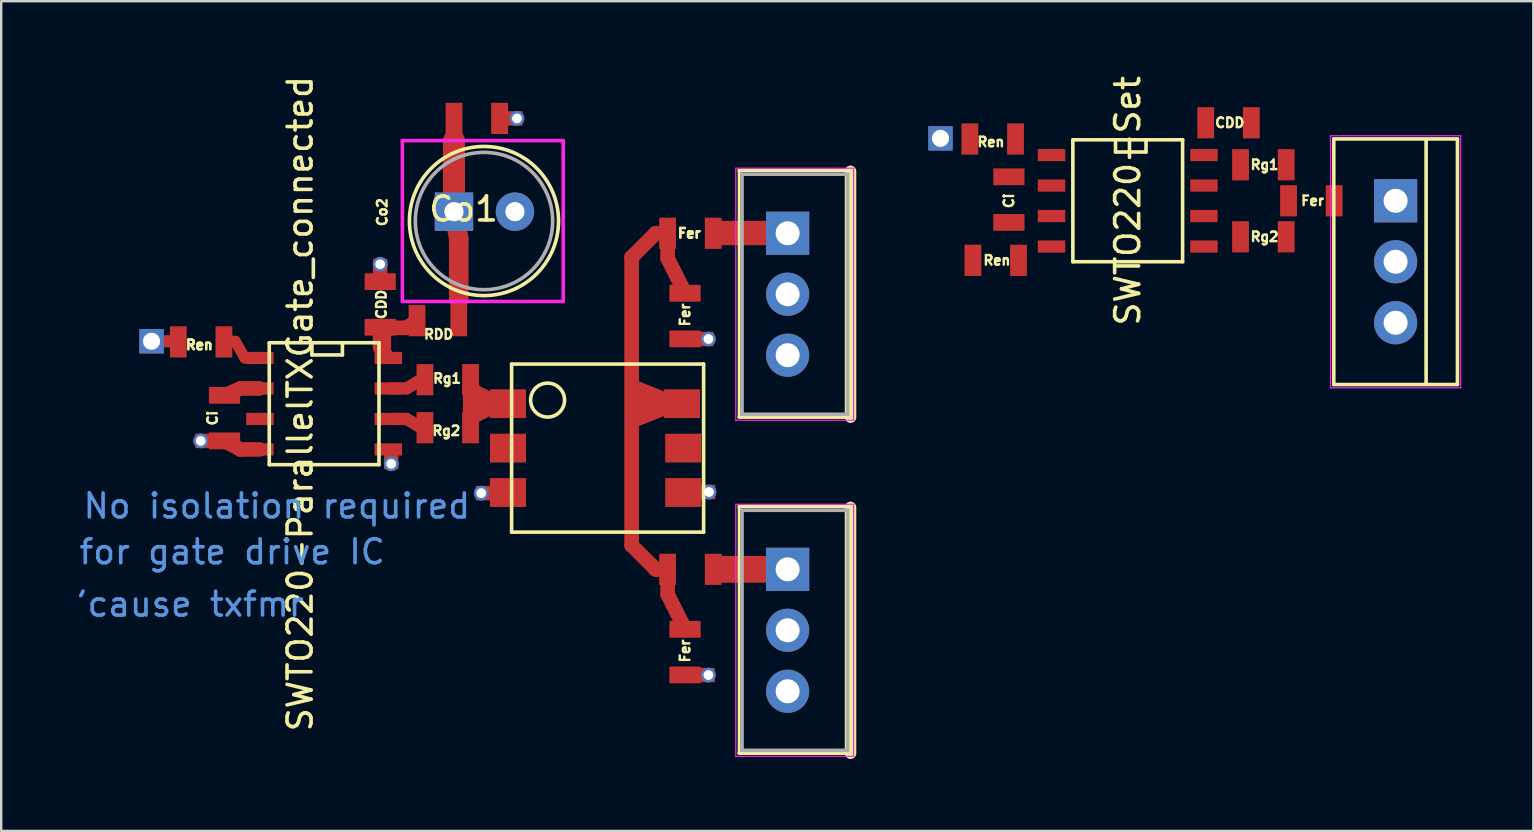
<source format=kicad_pcb>
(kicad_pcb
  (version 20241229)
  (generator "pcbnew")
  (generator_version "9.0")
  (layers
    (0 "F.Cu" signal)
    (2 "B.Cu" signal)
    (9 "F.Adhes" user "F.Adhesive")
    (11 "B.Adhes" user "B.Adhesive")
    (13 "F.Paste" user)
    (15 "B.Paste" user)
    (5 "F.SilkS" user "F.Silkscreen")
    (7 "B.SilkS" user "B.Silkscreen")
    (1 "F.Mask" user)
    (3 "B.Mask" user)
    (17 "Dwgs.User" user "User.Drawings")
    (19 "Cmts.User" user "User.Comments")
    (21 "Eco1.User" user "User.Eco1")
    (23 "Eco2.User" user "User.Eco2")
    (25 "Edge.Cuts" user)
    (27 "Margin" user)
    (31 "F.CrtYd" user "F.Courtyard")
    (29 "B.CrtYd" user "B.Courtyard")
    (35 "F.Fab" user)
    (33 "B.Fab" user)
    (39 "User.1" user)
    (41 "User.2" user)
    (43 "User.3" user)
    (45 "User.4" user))
  (footprint "SWTO220-Set"
    (layer "F.Cu")
    (at 55.091 7.855)
    (property "Reference" "SWTO220-Set" (at -11.16 -2.54 270) (layer "F.SilkS") (effects (font (size 1 1) (thickness 0.15))))
    (attr smd)
    (fp_line (start -13.446 -5.08) (end -8.874 -5.08) (stroke (width 0.15) (type solid)) (layer "F.SilkS"))
    (fp_line (start -13.446 0) (end -13.446 -5.08) (stroke (width 0.15) (type solid)) (layer "F.SilkS"))
    (fp_line (start -11.668 -4.572) (end -11.668 -5.08) (stroke (width 0.15) (type solid)) (layer "F.SilkS"))
    (fp_line (start -10.398 -5.08) (end -10.398 -4.572) (stroke (width 0.15) (type solid)) (layer "F.SilkS"))
    (fp_line (start -10.398 -4.572) (end -11.668 -4.572) (stroke (width 0.15) (type solid)) (layer "F.SilkS"))
    (fp_line (start -8.874 -5.08) (end -8.874 0) (stroke (width 0.15) (type solid)) (layer "F.SilkS"))
    (fp_line (start -8.874 0) (end -13.446 0) (stroke (width 0.15) (type solid)) (layer "F.SilkS"))
    (fp_line (start -2.576 -5.116) (end 2.576 -5.116) (stroke (width 0.15) (type solid)) (layer "F.SilkS"))
    (fp_line (start -2.576 5.115) (end -2.576 -5.116) (stroke (width 0.15) (type solid)) (layer "F.SilkS"))
    (fp_line (start 1.27 -5.08) (end 1.27 5.08) (stroke (width 0.15) (type solid)) (layer "F.SilkS"))
    (fp_line (start 2.576 -5.116) (end 2.576 5.115) (stroke (width 0.15) (type solid)) (layer "F.SilkS"))
    (fp_line (start 2.576 5.115) (end -2.576 5.115) (stroke (width 0.15) (type solid)) (layer "F.SilkS"))
    (fp_line (start -2.71 -5.25) (end -2.71 5.25) (stroke (width 0.05) (type solid)) (layer "F.CrtYd"))
    (fp_line (start -2.71 5.25) (end 2.71 5.25) (stroke (width 0.05) (type solid)) (layer "F.CrtYd"))
    (fp_line (start 2.71 -5.25) (end -2.71 -5.25) (stroke (width 0.05) (type solid)) (layer "F.CrtYd"))
    (fp_line (start 2.71 5.25) (end 2.71 -5.25) (stroke (width 0.05) (type solid)) (layer "F.CrtYd"))
    (fp_text user "CDD" (at -6.91 -5.79 0) (layer "F.SilkS") (effects (font (size 0.4 0.4) (thickness 0.1))))
    (fp_text user "Rg1" (at -5.46 -4.04 0) (layer "F.SilkS") (effects (font (size 0.4 0.4) (thickness 0.1))))
    (fp_text user "Ren" (at -16.61 -0.06 0) (layer "F.SilkS") (effects (font (size 0.4 0.4) (thickness 0.1))))
    (fp_text user "Ren" (at -16.86 -4.99 0) (layer "F.SilkS") (effects (font (size 0.4 0.4) (thickness 0.1))))
    (fp_text user "Fer" (at -3.46 -2.54 0) (layer "F.SilkS") (effects (font (size 0.4 0.4) (thickness 0.1))))
    (fp_text user "Ci" (at -16.11 -2.54 90) (layer "F.SilkS") (effects (font (size 0.4 0.4) (thickness 0.1))))
    (fp_text user "Rg2" (at -5.46 -1.04 0) (layer "F.SilkS") (effects (font (size 0.4 0.4) (thickness 0.1))))
    (pad "D" thru_hole circle (at 0 0 180) (size 1.8 1.8) (drill 1) (layers "*.Cu" "*.Mask"))
    (pad "EN" smd rect (at -15.71 -0.06) (size 0.7 1.3) (layers "F.Cu" "F.Mask" "F.Paste"))
    (pad "EN" smd rect (at -14.335 -0.635 270) (size 0.508 1.143) (layers "F.Cu" "F.Mask" "F.Paste"))
    (pad "G" smd rect (at -2.56 -2.54) (size 0.7 1.3) (layers "F.Cu" "F.Mask" "F.Paste"))
    (pad "G" thru_hole rect (at 0 -2.54 180) (size 1.8 1.8) (drill 1) (layers "*.Cu" "*.Mask"))
    (pad "GNDi" smd rect (at -16.11 -1.64 270) (size 0.7 1.3) (layers "F.Cu" "F.Mask" "F.Paste"))
    (pad "GNDi" smd rect (at -14.335 -1.905 270) (size 0.508 1.143) (layers "F.Cu" "F.Mask" "F.Paste"))
    (pad "S" smd rect (at -7.985 -0.635 270) (size 0.508 1.143) (layers "F.Cu" "F.Mask" "F.Paste"))
    (pad "S" smd rect (at -6.01 -5.79) (size 0.7 1.3) (layers "F.Cu" "F.Mask" "F.Paste"))
    (pad "S" thru_hole circle (at 0 2.54 180) (size 1.8 1.8) (drill 1) (layers "*.Cu" "*.Mask"))
    (pad "VDD" smd rect (at -7.985 -4.445 270) (size 0.508 1.143) (layers "F.Cu" "F.Mask" "F.Paste"))
    (pad "VDD" smd rect (at -7.91 -5.79) (size 0.7 1.3) (layers "F.Cu" "F.Mask" "F.Paste"))
    (pad "VDDi" smd rect (at -17.61 -0.06) (size 0.7 1.3) (layers "F.Cu" "F.Mask" "F.Paste"))
    (pad "VDDi" smd rect (at -16.11 -3.54 270) (size 0.7 1.3) (layers "F.Cu" "F.Mask" "F.Paste"))
    (pad "VDDi" smd rect (at -14.335 -3.175 270) (size 0.508 1.143) (layers "F.Cu" "F.Mask" "F.Paste"))
    (pad "VI" smd rect (at -15.835 -5.115) (size 0.7 1.3) (layers "F.Cu" "F.Mask" "F.Paste"))
    (pad "VI" smd rect (at -14.335 -4.445 270) (size 0.508 1.143) (layers "F.Cu" "F.Mask" "F.Paste"))
    (pad "Vg" smd rect (at -4.56 -4.04) (size 0.7 1.3) (layers "F.Cu" "F.Mask" "F.Paste"))
    (pad "Vg" smd rect (at -4.56 -1.04) (size 0.7 1.3) (layers "F.Cu" "F.Mask" "F.Paste"))
    (pad "Vg" smd rect (at -4.46 -2.54) (size 0.7 1.3) (layers "F.Cu" "F.Mask" "F.Paste"))
    (pad "Vg+" smd rect (at -7.985 -3.175 270) (size 0.508 1.143) (layers "F.Cu" "F.Mask" "F.Paste"))
    (pad "Vg+" smd rect (at -6.46 -4.04) (size 0.7 1.3) (layers "F.Cu" "F.Mask" "F.Paste"))
    (pad "Vg-" smd rect (at -7.985 -1.905 270) (size 0.508 1.143) (layers "F.Cu" "F.Mask" "F.Paste"))
    (pad "Vg-" smd rect (at -6.46 -1.04) (size 0.7 1.3) (layers "F.Cu" "F.Mask" "F.Paste"))
    (pad "Vin" thru_hole rect (at -18.96 -5.14 270) (size 1.016 1.016) (drill 0.711) (layers "*.Cu" "*.Mask"))
    (pad "Vin" smd rect (at -17.735 -5.115) (size 0.7 1.3) (layers "F.Cu" "F.Mask" "F.Paste")))
  (footprint "SWTO220-ParallelTXGate_connected"
    (layer "F.Cu")
    (at 29.763 16.208)
    (property "Reference" "SWTO220-ParallelTXGate_connected" (at -20.31 -2.44 90) (layer "F.SilkS") (effects (font (size 1 1) (thickness 0.15))))
    (attr smd)
    (fp_line (start -26.51 -5.04) (end -25.41 -5.04) (stroke (width 0.508) (type solid)) (layer "F.Cu"))
    (fp_line (start -23.51 -5.04) (end -23.01 -5.04) (stroke (width 0.457) (type solid)) (layer "F.Cu"))
    (fp_line (start -23.01 -5.04) (end -22.61 -4.34) (stroke (width 0.457) (type solid)) (layer "F.Cu"))
    (fp_line (start -22.8 -3.075) (end -23.46 -2.79) (stroke (width 0.61) (type solid)) (layer "F.Cu"))
    (fp_line (start -22.8 -0.535) (end -23.46 -0.89) (stroke (width 0.61) (type solid)) (layer "F.Cu"))
    (fp_line (start -22.61 -4.34) (end -22.01 -4.34) (stroke (width 0.457) (type solid)) (layer "F.Cu"))
    (fp_line (start -22 -3.075) (end -22.8 -3.075) (stroke (width 0.61) (type solid)) (layer "F.Cu"))
    (fp_line (start -22 -0.535) (end -22.8 -0.535) (stroke (width 0.61) (type solid)) (layer "F.Cu"))
    (fp_line (start -17 -5.6) (end -15.9 -5.6) (stroke (width 0.61) (type solid)) (layer "F.Cu"))
    (fp_line (start -16.9 -5.6) (end -16.9 -4.8) (stroke (width 0.762) (type solid)) (layer "F.Cu"))
    (fp_line (start -16.9 -4.8) (end -16.6 -4.35) (stroke (width 0.508) (type solid)) (layer "F.Cu"))
    (fp_line (start -16.51 -3.075) (end -15.875 -3.075) (stroke (width 0.508) (type solid)) (layer "F.Cu"))
    (fp_line (start -16.51 -1.805) (end -15.875 -1.805) (stroke (width 0.508) (type solid)) (layer "F.Cu"))
    (fp_line (start -15.9 -5.6) (end -15.4 -5.9) (stroke (width 0.61) (type solid)) (layer "F.Cu"))
    (fp_line (start -15.875 -3.075) (end -15.24 -3.456) (stroke (width 0.508) (type solid)) (layer "F.Cu"))
    (fp_line (start -15.875 -1.805) (end -15.24 -1.424) (stroke (width 0.508) (type solid)) (layer "F.Cu"))
    (fp_line (start -13.9 -13.4) (end -13.9 -14.3) (stroke (width 0.61) (type solid)) (layer "F.Cu"))
    (fp_line (start -13.9 -10.4) (end -13.9 -13.4) (stroke (width 0.914) (type solid)) (layer "F.Cu"))
    (fp_line (start -13.9 -10.4) (end -13.7 -9.3) (stroke (width 0.813) (type solid)) (layer "F.Cu"))
    (fp_line (start -13.7 -9.3) (end -13.7 -6.8) (stroke (width 0.813) (type solid)) (layer "F.Cu"))
    (fp_line (start -13.7 -6.8) (end -13.7 -5.9) (stroke (width 0.61) (type solid)) (layer "F.Cu"))
    (fp_line (start -6.5 -8.54) (end -6.5 3.46) (stroke (width 0.61) (type solid)) (layer "F.Cu"))
    (fp_line (start -6.5 3.46) (end -5.5 4.46) (stroke (width 0.61) (type solid)) (layer "F.Cu"))
    (fp_line (start -5.5 -9.54) (end -6.5 -8.54) (stroke (width 0.61) (type solid)) (layer "F.Cu"))
    (fp_line (start -5 -9.54) (end -5.5 -9.54) (stroke (width 0.61) (type solid)) (layer "F.Cu"))
    (fp_line (start -5 -9.5) (end -5 -8.5) (stroke (width 0.61) (type solid)) (layer "F.Cu"))
    (fp_line (start -5 -8.5) (end -4.25 -7) (stroke (width 0.61) (type solid)) (layer "F.Cu"))
    (fp_line (start -5 4.46) (end -5.5 4.46) (stroke (width 0.61) (type solid)) (layer "F.Cu"))
    (fp_line (start -5 4.46) (end -5.5 4.46) (stroke (width 0.61) (type solid)) (layer "F.Cu"))
    (fp_line (start -5 4.5) (end -5 5.5) (stroke (width 0.61) (type solid)) (layer "F.Cu"))
    (fp_line (start -5 5.5) (end -4.25 7) (stroke (width 0.61) (type solid)) (layer "F.Cu"))
    (fp_line (start 0 4.46) (end -2.83 4.46) (stroke (width 1.118) (type solid)) (layer "F.Cu"))
    (fp_line (start 0.05 -9.55) (end -2.85 -9.55) (stroke (width 1.016) (type solid)) (layer "F.Cu"))
    (fp_poly (pts (xy -11.475 -2.44) (xy -13.475 -3.44) (xy -13.475 -1.44)) (stroke (width 0.1) (type solid)) (fill yes) (layer "F.Cu"))
    (fp_poly (pts (xy -4.5 -2.44) (xy -6.5 -3.44) (xy -6.5 -1.44) (xy -4 -2.44) (xy -6.5 -3.44)) (stroke (width 0.1) (type solid)) (fill yes) (layer "F.Cu"))
    (fp_line (start -21.596 -4.98) (end -17.024 -4.98) (stroke (width 0.15) (type solid)) (layer "F.SilkS"))
    (fp_line (start -21.596 0.1) (end -21.596 -4.98) (stroke (width 0.15) (type solid)) (layer "F.SilkS"))
    (fp_line (start -19.818 -4.472) (end -19.818 -4.98) (stroke (width 0.15) (type solid)) (layer "F.SilkS"))
    (fp_line (start -18.548 -4.98) (end -18.548 -4.472) (stroke (width 0.15) (type solid)) (layer "F.SilkS"))
    (fp_line (start -18.548 -4.472) (end -19.818 -4.472) (stroke (width 0.15) (type solid)) (layer "F.SilkS"))
    (fp_line (start -17.024 -4.98) (end -17.024 0.1) (stroke (width 0.15) (type solid)) (layer "F.SilkS"))
    (fp_line (start -17.024 0.1) (end -21.596 0.1) (stroke (width 0.15) (type solid)) (layer "F.SilkS"))
    (fp_line (start -11.5 -4.09) (end -3.5 -4.09) (stroke (width 0.15) (type solid)) (layer "F.SilkS"))
    (fp_line (start -11.5 2.91) (end -11.5 -4.09) (stroke (width 0.15) (type solid)) (layer "F.SilkS"))
    (fp_line (start -3.5 -4.09) (end -3.5 2.91) (stroke (width 0.15) (type solid)) (layer "F.SilkS"))
    (fp_line (start -3.5 2.91) (end -11.5 2.91) (stroke (width 0.15) (type solid)) (layer "F.SilkS"))
    (fp_line (start -2.021 -12.12) (end -2.021 -1.88) (stroke (width 0.12) (type solid)) (layer "F.SilkS"))
    (fp_line (start -2.021 1.88) (end -2.021 12.12) (stroke (width 0.12) (type solid)) (layer "F.SilkS"))
    (fp_line (start 2.62 -12.16) (end -2.021 -12.16) (stroke (width 0.15) (type solid)) (layer "F.SilkS"))
    (fp_line (start 2.62 -12.12) (end 2.62 -1.88) (stroke (width 0.48) (type solid)) (layer "F.SilkS"))
    (fp_line (start 2.62 -1.88) (end -2.021 -1.88) (stroke (width 0.15) (type solid)) (layer "F.SilkS"))
    (fp_line (start 2.62 1.84) (end -2.021 1.84) (stroke (width 0.15) (type solid)) (layer "F.SilkS"))
    (fp_line (start 2.62 1.88) (end 2.62 12.12) (stroke (width 0.48) (type solid)) (layer "F.SilkS"))
    (fp_line (start 2.62 12.12) (end -2.021 12.12) (stroke (width 0.15) (type solid)) (layer "F.SilkS"))
    (fp_circle (center -12.65 -10.05) (end -15.25 -8.35) (stroke (width 0.15) (type solid)) (fill no) (layer "F.SilkS"))
    (fp_circle (center -10 -2.59) (end -10.5 -3.09) (stroke (width 0.15) (type solid)) (fill no) (layer "F.SilkS"))
    (fp_line (start -16.05 -13.4) (end -9.35 -13.4) (stroke (width 0.15) (type solid)) (layer "F.CrtYd"))
    (fp_line (start -16.05 -6.7) (end -16.05 -13.4) (stroke (width 0.15) (type solid)) (layer "F.CrtYd"))
    (fp_line (start -9.35 -12.7) (end -9.35 -13.4) (stroke (width 0.15) (type solid)) (layer "F.CrtYd"))
    (fp_line (start -9.35 -6.7) (end -16.05 -6.7) (stroke (width 0.15) (type solid)) (layer "F.CrtYd"))
    (fp_line (start -9.35 -6.7) (end -9.35 -12.7) (stroke (width 0.15) (type solid)) (layer "F.CrtYd"))
    (fp_line (start -2.16 -12.25) (end -2.16 -1.75) (stroke (width 0.05) (type solid)) (layer "F.CrtYd"))
    (fp_line (start -2.16 -1.75) (end 2.75 -1.75) (stroke (width 0.05) (type solid)) (layer "F.CrtYd"))
    (fp_line (start -2.16 1.75) (end -2.16 12.25) (stroke (width 0.05) (type solid)) (layer "F.CrtYd"))
    (fp_line (start -2.16 12.25) (end 2.75 12.25) (stroke (width 0.05) (type solid)) (layer "F.CrtYd"))
    (fp_line (start 2.75 -12.25) (end -2.16 -12.25) (stroke (width 0.05) (type solid)) (layer "F.CrtYd"))
    (fp_line (start 2.75 -1.75) (end 2.75 -12.25) (stroke (width 0.05) (type solid)) (layer "F.CrtYd"))
    (fp_line (start 2.75 1.75) (end -2.16 1.75) (stroke (width 0.05) (type solid)) (layer "F.CrtYd"))
    (fp_line (start 2.75 12.25) (end 2.75 1.75) (stroke (width 0.05) (type solid)) (layer "F.CrtYd"))
    (fp_line (start -1.9 -12) (end -1.9 -2) (stroke (width 0.15) (type solid)) (layer "F.Fab"))
    (fp_line (start -1.9 -2) (end 2.5 -2) (stroke (width 0.15) (type solid)) (layer "F.Fab"))
    (fp_line (start -1.9 2) (end -1.9 12) (stroke (width 0.15) (type solid)) (layer "F.Fab"))
    (fp_line (start -1.9 12) (end 2.5 12) (stroke (width 0.15) (type solid)) (layer "F.Fab"))
    (fp_line (start 2.5 -12) (end -1.9 -12) (stroke (width 0.15) (type solid)) (layer "F.Fab"))
    (fp_line (start 2.5 -2) (end 2.5 -12) (stroke (width 0.15) (type solid)) (layer "F.Fab"))
    (fp_line (start 2.5 2) (end -1.9 2) (stroke (width 0.15) (type solid)) (layer "F.Fab"))
    (fp_line (start 2.5 12) (end 2.5 2) (stroke (width 0.15) (type solid)) (layer "F.Fab"))
    (fp_circle (center -12.65 -10.05) (end -14.95 -8.35) (stroke (width 0.15) (type solid)) (fill no) (layer "F.Fab"))
    (fp_text user "Ren" (at -24.51 -4.89 180) (layer "F.SilkS") (effects (font (size 0.4 0.4) (thickness 0.1))))
    (fp_text user "Fer" (at -4.275 7.86 270) (layer "F.SilkS") (effects (font (size 0.4 0.4) (thickness 0.1))))
    (fp_text user "Fer" (at -4.275 -6.14 270) (layer "F.SilkS") (effects (font (size 0.4 0.4) (thickness 0.1))))
    (fp_text user "Ren" (at -24.51 -4.89 180) (layer "F.SilkS") (effects (font (size 0.4 0.4) (thickness 0.1))))
    (fp_text user "Ci" (at -23.96 -1.84 90) (layer "F.SilkS") (effects (font (size 0.4 0.4) (thickness 0.1))))
    (fp_text user "Rg2" (at -14.22 -1.31 180) (layer "F.SilkS") (effects (font (size 0.4 0.4) (thickness 0.1))))
    (fp_text user "Co2" (at -16.89 -10.42 270) (layer "F.SilkS") (effects (font (size 0.4 0.4) (thickness 0.1))))
    (fp_text user "Fer" (at -4.1 -9.54 0) (layer "F.SilkS") (effects (font (size 0.4 0.4) (thickness 0.1))))
    (fp_text user "RDD" (at -14.54 -5.33 0) (layer "F.SilkS") (effects (font (size 0.4 0.4) (thickness 0.1))))
    (fp_text user "Co1" (at -13.5 -10.55 180) (layer "F.SilkS") (effects (font (size 1 1) (thickness 0.15))))
    (fp_text user "Rg1" (at -14.19 -3.49 180) (layer "F.SilkS") (effects (font (size 0.4 0.4) (thickness 0.1))))
    (fp_text user "CDD" (at -16.925 -6.575 270) (layer "F.SilkS") (effects (font (size 0.4 0.4) (thickness 0.1))))
    (fp_text user "Fer" (at -4.1 -9.54 0) (layer "F.SilkS") (effects (font (size 0.4 0.4) (thickness 0.1))))
    (fp_text user "No isolation required" (at -21.28 1.82 180) (layer "Cmts.User") (effects (font (size 1 1) (thickness 0.15))))
    (fp_text user "for gate drive IC " (at -22.76 3.73 180) (layer "Cmts.User") (effects (font (size 1 1) (thickness 0.15))))
    (fp_text user "'cause txfmr" (at -24.9 5.91 180) (layer "Cmts.User") (effects (font (size 1 1) (thickness 0.15))))
    (pad "+Vo" smd rect (at -13.9 -14.325 180) (size 0.7 1.3) (layers "F.Cu" "F.Mask" "F.Paste"))
    (pad "+Vo" thru_hole rect (at -13.9 -10.44 90) (size 1.6 1.6) (drill 0.8) (layers "*.Cu" "*.Mask"))
    (pad "+Vo" smd rect (at -13.7 -5.9 180) (size 0.7 1.3) (layers "F.Cu" "F.Mask" "F.Paste"))
    (pad "1" smd rect (at -13.21 -3.44) (size 0.7 1.3) (layers "F.Cu" "F.Mask" "F.Paste"))
    (pad "1" smd rect (at -13.21 -1.44) (size 0.7 1.3) (layers "F.Cu" "F.Mask" "F.Paste"))
    (pad "1" smd rect (at -11.65 -2.44 180) (size 1.5 1.2) (layers "F.Cu" "F.Mask" "F.Paste"))
    (pad "2" smd rect (at -11.65 -0.59 180) (size 1.5 1.2) (layers "F.Cu" "F.Mask" "F.Paste"))
    (pad "5" smd rect (at -4.35 -0.59 180) (size 1.5 1.2) (layers "F.Cu" "F.Mask" "F.Paste"))
    (pad "6" smd rect (at -5 -9.54 180) (size 0.7 1.3) (layers "F.Cu" "F.Mask" "F.Paste"))
    (pad "6" smd rect (at -5 4.46 180) (size 0.7 1.3) (layers "F.Cu" "F.Mask" "F.Paste"))
    (pad "6" smd rect (at -4.4 -2.44 180) (size 1.5 1.2) (layers "F.Cu" "F.Mask" "F.Paste"))
    (pad "6" smd rect (at -4.275 -7.04 90) (size 0.7 1.3) (layers "F.Cu" "F.Mask" "F.Paste"))
    (pad "6" smd rect (at -4.275 6.96 90) (size 0.7 1.3) (layers "F.Cu" "F.Mask" "F.Paste"))
    (pad "D" thru_hole circle (at 0 -7 180) (size 1.8 1.8) (drill 1) (layers "*.Cu" "*.Mask"))
    (pad "D" thru_hole circle (at 0 7 180) (size 1.8 1.8) (drill 1) (layers "*.Cu" "*.Mask"))
    (pad "GNDi" thru_hole circle (at -24.45 -0.89 90) (size 0.61 0.61) (drill 0.406) (layers "*.Cu" "*.Mask"))
    (pad "GNDi" smd rect (at -24.3 -0.89 90) (size 0.6 0.75) (layers "F.Cu" "F.Mask" "F.Paste"))
    (pad "GNDi" smd rect (at -23.46 -0.89 270) (size 0.7 1.3) (layers "F.Cu" "F.Mask" "F.Paste"))
    (pad "GNDi" smd rect (at -21.985 -0.535 270) (size 0.508 1.143) (layers "F.Cu" "F.Mask" "F.Paste"))
    (pad "GNDi" thru_hole circle (at -16.975 -8.25) (size 0.61 0.61) (drill 0.406) (layers "*.Cu" "*.Mask"))
    (pad "GNDi" smd rect (at -16.975 -8.1) (size 0.6 0.75) (layers "F.Cu" "F.Mask" "F.Paste"))
    (pad "GNDi" smd rect (at -16.975 -7.525 270) (size 0.7 1.3) (layers "F.Cu" "F.Mask" "F.Paste"))
    (pad "GNDi" smd rect (at -16.635 -0.535 270) (size 0.508 1.143) (layers "F.Cu" "F.Mask" "F.Paste"))
    (pad "GNDi" smd rect (at -16.515 -0.085) (size 0.6 0.75) (layers "F.Cu" "F.Mask" "F.Paste"))
    (pad "GNDi" thru_hole circle (at -16.515 0.065) (size 0.61 0.61) (drill 0.406) (layers "*.Cu" "*.Mask"))
    (pad "GNDi" thru_hole circle (at -12.765 1.285 270) (size 0.61 0.61) (drill 0.406) (layers "*.Cu" "*.Mask"))
    (pad "GNDi" smd rect (at -12.615 1.285 270) (size 0.6 0.75) (layers "F.Cu" "F.Mask" "F.Paste"))
    (pad "GNDi" smd rect (at -12 -14.325 180) (size 0.7 1.3) (layers "F.Cu" "F.Mask" "F.Paste"))
    (pad "GNDi" smd rect (at -11.65 1.26 180) (size 1.5 1.2) (layers "F.Cu" "F.Mask" "F.Paste"))
    (pad "GNDi" smd rect (at -11.425 -14.325 90) (size 0.6 0.75) (layers "F.Cu" "F.Mask" "F.Paste"))
    (pad "GNDi" thru_hole circle (at -11.36 -10.44 90) (size 1.6 1.6) (drill 0.8) (layers "*.Cu" "*.Mask"))
    (pad "GNDi" thru_hole circle (at -11.275 -14.325 90) (size 0.61 0.61) (drill 0.406) (layers "*.Cu" "*.Mask"))
    (pad "Ga" smd rect (at -3.1 -9.54 180) (size 0.7 1.3) (layers "F.Cu" "F.Mask" "F.Paste"))
    (pad "Ga" thru_hole rect (at 0 -9.54 180) (size 1.8 1.8) (drill 1) (layers "*.Cu" "*.Mask"))
    (pad "Gb" smd rect (at -3.1 4.46 180) (size 0.7 1.3) (layers "F.Cu" "F.Mask" "F.Paste"))
    (pad "Gb" thru_hole rect (at 0 4.46 180) (size 1.8 1.8) (drill 1) (layers "*.Cu" "*.Mask"))
    (pad "NC" smd rect (at -21.985 -1.805 270) (size 0.508 1.143) (layers "F.Cu" "F.Mask" "F.Paste"))
    (pad "S" smd rect (at -4.35 1.26 180) (size 1.5 1.2) (layers "F.Cu" "F.Mask" "F.Paste"))
    (pad "S" smd rect (at -4.275 -5.14 90) (size 0.7 1.3) (layers "F.Cu" "F.Mask" "F.Paste"))
    (pad "S" smd rect (at -4.275 8.86 90) (size 0.7 1.3) (layers "F.Cu" "F.Mask" "F.Paste"))
    (pad "S" smd rect (at -3.46 -5.135 90) (size 0.6 0.75) (layers "F.Cu" "F.Mask" "F.Paste"))
    (pad "S" smd rect (at -3.41 8.865 90) (size 0.6 0.75) (layers "F.Cu" "F.Mask" "F.Paste"))
    (pad "S" smd rect (at -3.385 1.24 90) (size 0.6 0.75) (layers "F.Cu" "F.Mask" "F.Paste"))
    (pad "S" thru_hole circle (at -3.3 -5.135 90) (size 0.61 0.61) (drill 0.406) (layers "*.Cu" "*.Mask"))
    (pad "S" thru_hole circle (at -3.3 8.865 90) (size 0.61 0.61) (drill 0.406) (layers "*.Cu" "*.Mask"))
    (pad "S" thru_hole circle (at -3.275 1.24 90) (size 0.61 0.61) (drill 0.406) (layers "*.Cu" "*.Mask"))
    (pad "S" thru_hole circle (at 0 -4.46 180) (size 1.8 1.8) (drill 1) (layers "*.Cu" "*.Mask"))
    (pad "S" thru_hole circle (at 0 9.54 180) (size 1.8 1.8) (drill 1) (layers "*.Cu" "*.Mask"))
    (pad "VDD" smd rect (at -16.975 -5.625 270) (size 0.7 1.3) (layers "F.Cu" "F.Mask" "F.Paste"))
    (pad "VDD" smd rect (at -16.635 -4.345 270) (size 0.508 1.143) (layers "F.Cu" "F.Mask" "F.Paste"))
    (pad "VDD" smd rect (at -15.44 -5.9 180) (size 0.7 1.3) (layers "F.Cu" "F.Mask" "F.Paste"))
    (pad "VDDi" smd rect (at -23.46 -2.79 270) (size 0.7 1.3) (layers "F.Cu" "F.Mask" "F.Paste"))
    (pad "VDDi" smd rect (at -21.985 -3.075 270) (size 0.508 1.143) (layers "F.Cu" "F.Mask" "F.Paste"))
    (pad "VI" smd rect (at -23.485 -5.015) (size 0.7 1.3) (layers "F.Cu" "F.Mask" "F.Paste"))
    (pad "VI" smd rect (at -21.985 -4.345 270) (size 0.508 1.143) (layers "F.Cu" "F.Mask" "F.Paste"))
    (pad "Vg+" smd rect (at -16.635 -3.075 270) (size 0.508 1.143) (layers "F.Cu" "F.Mask" "F.Paste"))
    (pad "Vg+" smd rect (at -15.11 -3.44) (size 0.7 1.3) (layers "F.Cu" "F.Mask" "F.Paste"))
    (pad "Vg-" smd rect (at -16.635 -1.805 270) (size 0.508 1.143) (layers "F.Cu" "F.Mask" "F.Paste"))
    (pad "Vg-" smd rect (at -15.11 -1.44) (size 0.7 1.3) (layers "F.Cu" "F.Mask" "F.Paste"))
    (pad "Vsig" thru_hole rect (at -26.5 -5.04 270) (size 1.016 1.016) (drill 0.711) (layers "*.Cu" "*.Mask"))
    (pad "Vsig" smd rect (at -25.385 -5.015) (size 0.7 1.3) (layers "F.Cu" "F.Mask" "F.Paste")))
  (gr_rect
    (start -3 -3)
    (end 60.826 31.568)
    (stroke (width 0.1) (type default))
    (fill no)
    (layer "Edge.Cuts")))
</source>
